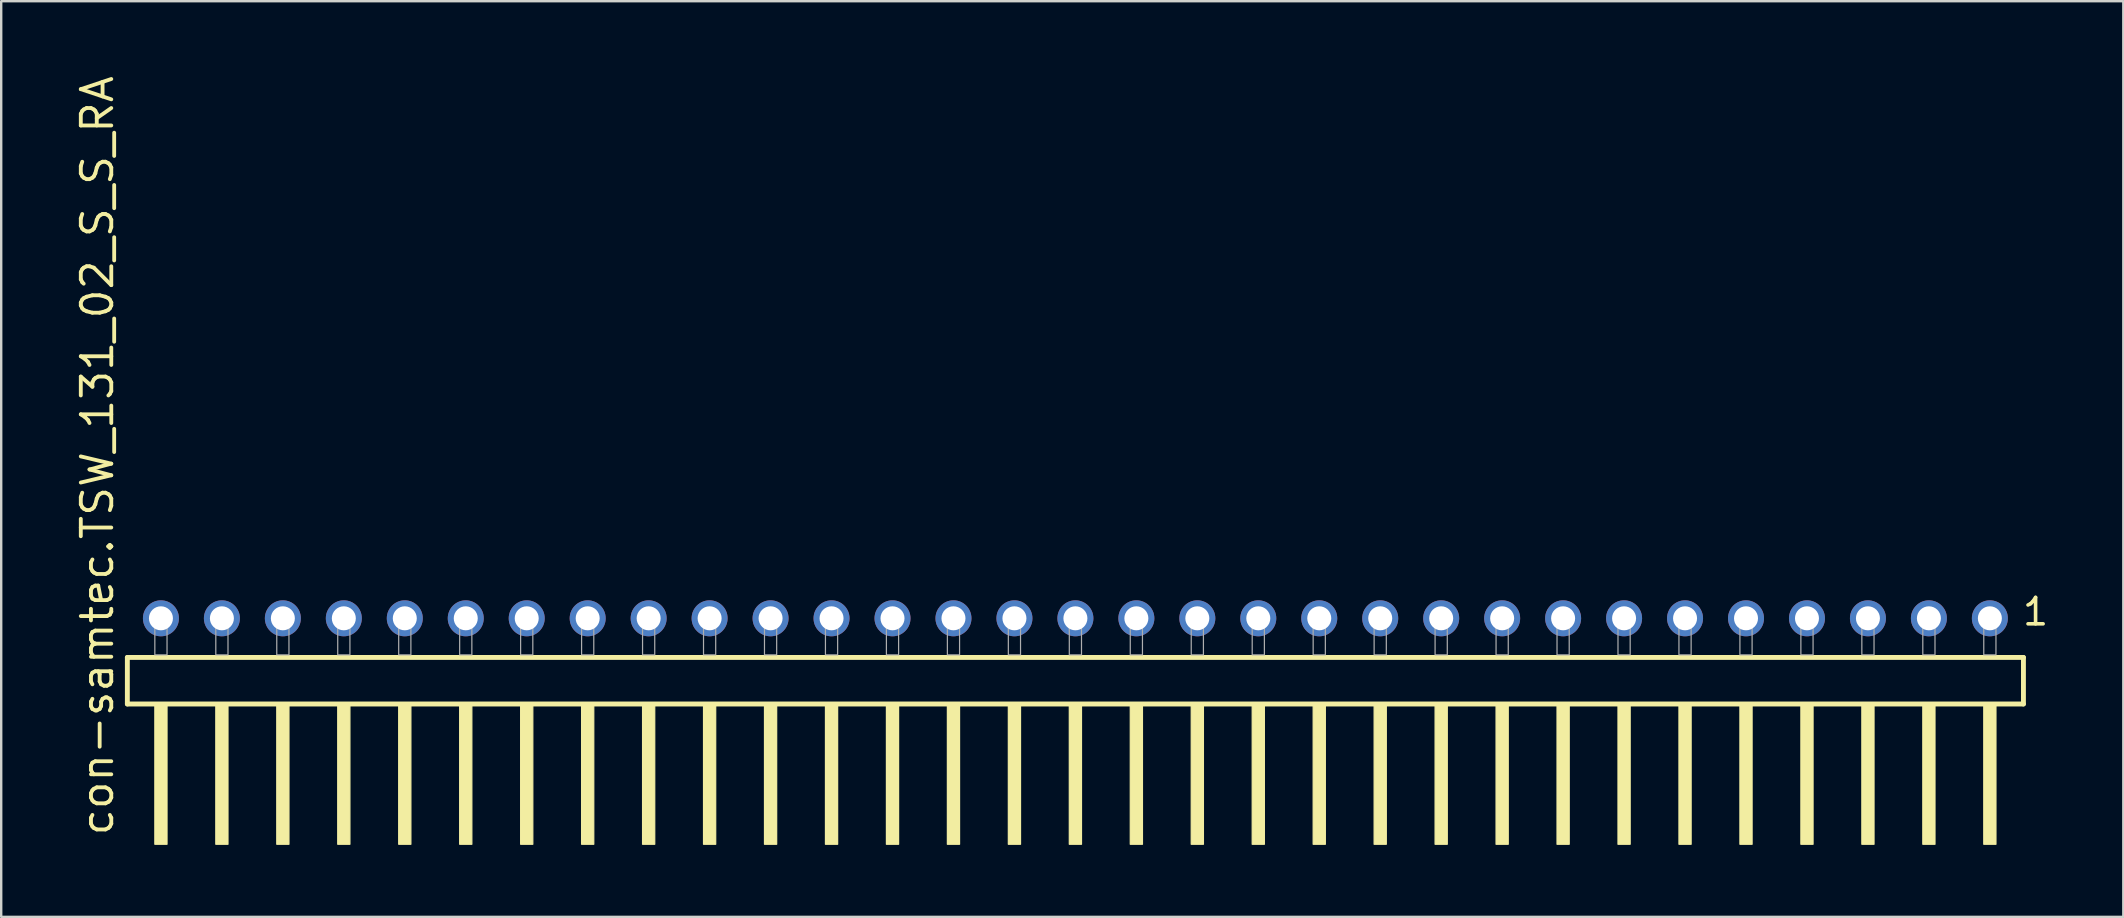
<source format=kicad_pcb>
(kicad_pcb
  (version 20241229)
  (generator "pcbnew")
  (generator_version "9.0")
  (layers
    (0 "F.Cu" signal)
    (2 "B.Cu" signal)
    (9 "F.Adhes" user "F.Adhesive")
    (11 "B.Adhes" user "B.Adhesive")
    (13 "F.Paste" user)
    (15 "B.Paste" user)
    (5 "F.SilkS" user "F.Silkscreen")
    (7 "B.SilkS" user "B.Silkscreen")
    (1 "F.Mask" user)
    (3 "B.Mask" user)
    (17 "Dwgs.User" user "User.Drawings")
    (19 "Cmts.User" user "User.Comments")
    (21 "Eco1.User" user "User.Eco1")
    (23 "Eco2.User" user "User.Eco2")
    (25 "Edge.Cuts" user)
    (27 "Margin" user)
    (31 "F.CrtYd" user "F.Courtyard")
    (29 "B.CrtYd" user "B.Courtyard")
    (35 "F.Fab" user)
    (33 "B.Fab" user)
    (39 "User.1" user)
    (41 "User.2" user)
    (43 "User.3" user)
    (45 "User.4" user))
  (footprint "con-samtec.TSW_131_02_S_S_RA"
    (layer "F.Cu")
    (at 41.755 24.235)
    (property "Reference" "con-samtec.TSW_131_02_S_S_RA" (at -40.005 7.62 90) (layer "F.SilkS") (effects (font (size 1.27 1.27) (thickness 0.16)) (justify left bottom)))
    (attr through_hole)
    (fp_line (start -39.499 0.106) (end -39.499 2.046) (stroke (width 0.203) (type default)) (layer "F.SilkS"))
    (fp_line (start -39.499 2.046) (end 39.499 2.046) (stroke (width 0.203) (type default)) (layer "F.SilkS"))
    (fp_line (start 39.499 0.106) (end -39.499 0.106) (stroke (width 0.203) (type default)) (layer "F.SilkS"))
    (fp_line (start 39.499 2.046) (end 39.499 0.106) (stroke (width 0.203) (type default)) (layer "F.SilkS"))
    (fp_rect (start -38.354 7.89) (end -37.846 2.04) (stroke (width 0.05) (type default)) (fill yes) (layer "F.SilkS"))
    (fp_rect (start -35.814 7.89) (end -35.306 2.04) (stroke (width 0.05) (type default)) (fill yes) (layer "F.SilkS"))
    (fp_rect (start -33.274 7.89) (end -32.766 2.04) (stroke (width 0.05) (type default)) (fill yes) (layer "F.SilkS"))
    (fp_rect (start -30.734 7.89) (end -30.226 2.04) (stroke (width 0.05) (type default)) (fill yes) (layer "F.SilkS"))
    (fp_rect (start -28.194 7.89) (end -27.686 2.04) (stroke (width 0.05) (type default)) (fill yes) (layer "F.SilkS"))
    (fp_rect (start -25.654 7.89) (end -25.146 2.04) (stroke (width 0.05) (type default)) (fill yes) (layer "F.SilkS"))
    (fp_rect (start -23.114 7.89) (end -22.606 2.04) (stroke (width 0.05) (type default)) (fill yes) (layer "F.SilkS"))
    (fp_rect (start -20.574 7.89) (end -20.066 2.04) (stroke (width 0.05) (type default)) (fill yes) (layer "F.SilkS"))
    (fp_rect (start -18.034 7.89) (end -17.526 2.04) (stroke (width 0.05) (type default)) (fill yes) (layer "F.SilkS"))
    (fp_rect (start -15.494 7.89) (end -14.986 2.04) (stroke (width 0.05) (type default)) (fill yes) (layer "F.SilkS"))
    (fp_rect (start -12.954 7.89) (end -12.446 2.04) (stroke (width 0.05) (type default)) (fill yes) (layer "F.SilkS"))
    (fp_rect (start -10.414 7.89) (end -9.906 2.04) (stroke (width 0.05) (type default)) (fill yes) (layer "F.SilkS"))
    (fp_rect (start -7.874 7.89) (end -7.366 2.04) (stroke (width 0.05) (type default)) (fill yes) (layer "F.SilkS"))
    (fp_rect (start -5.334 7.89) (end -4.826 2.04) (stroke (width 0.05) (type default)) (fill yes) (layer "F.SilkS"))
    (fp_rect (start -2.794 7.89) (end -2.286 2.04) (stroke (width 0.05) (type default)) (fill yes) (layer "F.SilkS"))
    (fp_rect (start -0.254 7.89) (end 0.254 2.04) (stroke (width 0.05) (type default)) (fill yes) (layer "F.SilkS"))
    (fp_rect (start 2.286 7.89) (end 2.794 2.04) (stroke (width 0.05) (type default)) (fill yes) (layer "F.SilkS"))
    (fp_rect (start 4.826 7.89) (end 5.334 2.04) (stroke (width 0.05) (type default)) (fill yes) (layer "F.SilkS"))
    (fp_rect (start 7.366 7.89) (end 7.874 2.04) (stroke (width 0.05) (type default)) (fill yes) (layer "F.SilkS"))
    (fp_rect (start 9.906 7.89) (end 10.414 2.04) (stroke (width 0.05) (type default)) (fill yes) (layer "F.SilkS"))
    (fp_rect (start 12.446 7.89) (end 12.954 2.04) (stroke (width 0.05) (type default)) (fill yes) (layer "F.SilkS"))
    (fp_rect (start 14.986 7.89) (end 15.494 2.04) (stroke (width 0.05) (type default)) (fill yes) (layer "F.SilkS"))
    (fp_rect (start 17.526 7.89) (end 18.034 2.04) (stroke (width 0.05) (type default)) (fill yes) (layer "F.SilkS"))
    (fp_rect (start 20.066 7.89) (end 20.574 2.04) (stroke (width 0.05) (type default)) (fill yes) (layer "F.SilkS"))
    (fp_rect (start 22.606 7.89) (end 23.114 2.04) (stroke (width 0.05) (type default)) (fill yes) (layer "F.SilkS"))
    (fp_rect (start 25.146 7.89) (end 25.654 2.04) (stroke (width 0.05) (type default)) (fill yes) (layer "F.SilkS"))
    (fp_rect (start 27.686 7.89) (end 28.194 2.04) (stroke (width 0.05) (type default)) (fill yes) (layer "F.SilkS"))
    (fp_rect (start 30.226 7.89) (end 30.734 2.04) (stroke (width 0.05) (type default)) (fill yes) (layer "F.SilkS"))
    (fp_rect (start 32.766 7.89) (end 33.274 2.04) (stroke (width 0.05) (type default)) (fill yes) (layer "F.SilkS"))
    (fp_rect (start 35.306 7.89) (end 35.814 2.04) (stroke (width 0.05) (type default)) (fill yes) (layer "F.SilkS"))
    (fp_rect (start 37.846 7.89) (end 38.354 2.04) (stroke (width 0.05) (type default)) (fill yes) (layer "F.SilkS"))
    (fp_rect (start -38.354 0) (end -37.846 -1.778) (stroke (width 0.05) (type default)) (fill no) (layer "F.Fab"))
    (fp_rect (start -35.814 0) (end -35.306 -1.778) (stroke (width 0.05) (type default)) (fill no) (layer "F.Fab"))
    (fp_rect (start -33.274 0) (end -32.766 -1.778) (stroke (width 0.05) (type default)) (fill no) (layer "F.Fab"))
    (fp_rect (start -30.734 0) (end -30.226 -1.778) (stroke (width 0.05) (type default)) (fill no) (layer "F.Fab"))
    (fp_rect (start -28.194 0) (end -27.686 -1.778) (stroke (width 0.05) (type default)) (fill no) (layer "F.Fab"))
    (fp_rect (start -25.654 0) (end -25.146 -1.778) (stroke (width 0.05) (type default)) (fill no) (layer "F.Fab"))
    (fp_rect (start -23.114 0) (end -22.606 -1.778) (stroke (width 0.05) (type default)) (fill no) (layer "F.Fab"))
    (fp_rect (start -20.574 0) (end -20.066 -1.778) (stroke (width 0.05) (type default)) (fill no) (layer "F.Fab"))
    (fp_rect (start -18.034 0) (end -17.526 -1.778) (stroke (width 0.05) (type default)) (fill no) (layer "F.Fab"))
    (fp_rect (start -15.494 0) (end -14.986 -1.778) (stroke (width 0.05) (type default)) (fill no) (layer "F.Fab"))
    (fp_rect (start -12.954 0) (end -12.446 -1.778) (stroke (width 0.05) (type default)) (fill no) (layer "F.Fab"))
    (fp_rect (start -10.414 0) (end -9.906 -1.778) (stroke (width 0.05) (type default)) (fill no) (layer "F.Fab"))
    (fp_rect (start -7.874 0) (end -7.366 -1.778) (stroke (width 0.05) (type default)) (fill no) (layer "F.Fab"))
    (fp_rect (start -5.334 0) (end -4.826 -1.778) (stroke (width 0.05) (type default)) (fill no) (layer "F.Fab"))
    (fp_rect (start -2.794 0) (end -2.286 -1.778) (stroke (width 0.05) (type default)) (fill no) (layer "F.Fab"))
    (fp_rect (start -0.254 0) (end 0.254 -1.778) (stroke (width 0.05) (type default)) (fill no) (layer "F.Fab"))
    (fp_rect (start 2.286 0) (end 2.794 -1.778) (stroke (width 0.05) (type default)) (fill no) (layer "F.Fab"))
    (fp_rect (start 4.826 0) (end 5.334 -1.778) (stroke (width 0.05) (type default)) (fill no) (layer "F.Fab"))
    (fp_rect (start 7.366 0) (end 7.874 -1.778) (stroke (width 0.05) (type default)) (fill no) (layer "F.Fab"))
    (fp_rect (start 9.906 0) (end 10.414 -1.778) (stroke (width 0.05) (type default)) (fill no) (layer "F.Fab"))
    (fp_rect (start 12.446 0) (end 12.954 -1.778) (stroke (width 0.05) (type default)) (fill no) (layer "F.Fab"))
    (fp_rect (start 14.986 0) (end 15.494 -1.778) (stroke (width 0.05) (type default)) (fill no) (layer "F.Fab"))
    (fp_rect (start 17.526 0) (end 18.034 -1.778) (stroke (width 0.05) (type default)) (fill no) (layer "F.Fab"))
    (fp_rect (start 20.066 0) (end 20.574 -1.778) (stroke (width 0.05) (type default)) (fill no) (layer "F.Fab"))
    (fp_rect (start 22.606 0) (end 23.114 -1.778) (stroke (width 0.05) (type default)) (fill no) (layer "F.Fab"))
    (fp_rect (start 25.146 0) (end 25.654 -1.778) (stroke (width 0.05) (type default)) (fill no) (layer "F.Fab"))
    (fp_rect (start 27.686 0) (end 28.194 -1.778) (stroke (width 0.05) (type default)) (fill no) (layer "F.Fab"))
    (fp_rect (start 30.226 0) (end 30.734 -1.778) (stroke (width 0.05) (type default)) (fill no) (layer "F.Fab"))
    (fp_rect (start 32.766 0) (end 33.274 -1.778) (stroke (width 0.05) (type default)) (fill no) (layer "F.Fab"))
    (fp_rect (start 35.306 0) (end 35.814 -1.778) (stroke (width 0.05) (type default)) (fill no) (layer "F.Fab"))
    (fp_rect (start 37.846 0) (end 38.354 -1.778) (stroke (width 0.05) (type default)) (fill no) (layer "F.Fab"))
    (fp_text user "1" (at 39.382 -1.152 0) (layer "F.SilkS") (effects (font (size 1.1 1.1) (thickness 0.15)) (justify left bottom)))
    (pad "1" thru_hole circle (at 38.1 -1.524 180) (size 1.5 1.5) (drill 1) (layers "*.Cu" "*.Mask"))
    (pad "2" thru_hole circle (at 35.56 -1.524 180) (size 1.5 1.5) (drill 1) (layers "*.Cu" "*.Mask"))
    (pad "3" thru_hole circle (at 33.02 -1.524 180) (size 1.5 1.5) (drill 1) (layers "*.Cu" "*.Mask"))
    (pad "4" thru_hole circle (at 30.48 -1.524 180) (size 1.5 1.5) (drill 1) (layers "*.Cu" "*.Mask"))
    (pad "5" thru_hole circle (at 27.94 -1.524 180) (size 1.5 1.5) (drill 1) (layers "*.Cu" "*.Mask"))
    (pad "6" thru_hole circle (at 25.4 -1.524 180) (size 1.5 1.5) (drill 1) (layers "*.Cu" "*.Mask"))
    (pad "7" thru_hole circle (at 22.86 -1.524 180) (size 1.5 1.5) (drill 1) (layers "*.Cu" "*.Mask"))
    (pad "8" thru_hole circle (at 20.32 -1.524 180) (size 1.5 1.5) (drill 1) (layers "*.Cu" "*.Mask"))
    (pad "9" thru_hole circle (at 17.78 -1.524 180) (size 1.5 1.5) (drill 1) (layers "*.Cu" "*.Mask"))
    (pad "10" thru_hole circle (at 15.24 -1.524 180) (size 1.5 1.5) (drill 1) (layers "*.Cu" "*.Mask"))
    (pad "11" thru_hole circle (at 12.7 -1.524 180) (size 1.5 1.5) (drill 1) (layers "*.Cu" "*.Mask"))
    (pad "12" thru_hole circle (at 10.16 -1.524 180) (size 1.5 1.5) (drill 1) (layers "*.Cu" "*.Mask"))
    (pad "13" thru_hole circle (at 7.62 -1.524 180) (size 1.5 1.5) (drill 1) (layers "*.Cu" "*.Mask"))
    (pad "14" thru_hole circle (at 5.08 -1.524 180) (size 1.5 1.5) (drill 1) (layers "*.Cu" "*.Mask"))
    (pad "15" thru_hole circle (at 2.54 -1.524 180) (size 1.5 1.5) (drill 1) (layers "*.Cu" "*.Mask"))
    (pad "16" thru_hole circle (at 0 -1.524 180) (size 1.5 1.5) (drill 1) (layers "*.Cu" "*.Mask"))
    (pad "17" thru_hole circle (at -2.54 -1.524 180) (size 1.5 1.5) (drill 1) (layers "*.Cu" "*.Mask"))
    (pad "18" thru_hole circle (at -5.08 -1.524 180) (size 1.5 1.5) (drill 1) (layers "*.Cu" "*.Mask"))
    (pad "19" thru_hole circle (at -7.62 -1.524 180) (size 1.5 1.5) (drill 1) (layers "*.Cu" "*.Mask"))
    (pad "20" thru_hole circle (at -10.16 -1.524 180) (size 1.5 1.5) (drill 1) (layers "*.Cu" "*.Mask"))
    (pad "21" thru_hole circle (at -12.7 -1.524 180) (size 1.5 1.5) (drill 1) (layers "*.Cu" "*.Mask"))
    (pad "22" thru_hole circle (at -15.24 -1.524 180) (size 1.5 1.5) (drill 1) (layers "*.Cu" "*.Mask"))
    (pad "23" thru_hole circle (at -17.78 -1.524 180) (size 1.5 1.5) (drill 1) (layers "*.Cu" "*.Mask"))
    (pad "24" thru_hole circle (at -20.32 -1.524 180) (size 1.5 1.5) (drill 1) (layers "*.Cu" "*.Mask"))
    (pad "25" thru_hole circle (at -22.86 -1.524 180) (size 1.5 1.5) (drill 1) (layers "*.Cu" "*.Mask"))
    (pad "26" thru_hole circle (at -25.4 -1.524 180) (size 1.5 1.5) (drill 1) (layers "*.Cu" "*.Mask"))
    (pad "27" thru_hole circle (at -27.94 -1.524 180) (size 1.5 1.5) (drill 1) (layers "*.Cu" "*.Mask"))
    (pad "28" thru_hole circle (at -30.48 -1.524 180) (size 1.5 1.5) (drill 1) (layers "*.Cu" "*.Mask"))
    (pad "29" thru_hole circle (at -33.02 -1.524 180) (size 1.5 1.5) (drill 1) (layers "*.Cu" "*.Mask"))
    (pad "30" thru_hole circle (at -35.56 -1.524 180) (size 1.5 1.5) (drill 1) (layers "*.Cu" "*.Mask"))
    (pad "31" thru_hole circle (at -38.1 -1.524 180) (size 1.5 1.5) (drill 1) (layers "*.Cu" "*.Mask")))
  (gr_rect
    (start -3 -3)
    (end 85.415 35.15)
    (stroke (width 0.1) (type default))
    (fill no)
    (layer "Edge.Cuts")))
</source>
